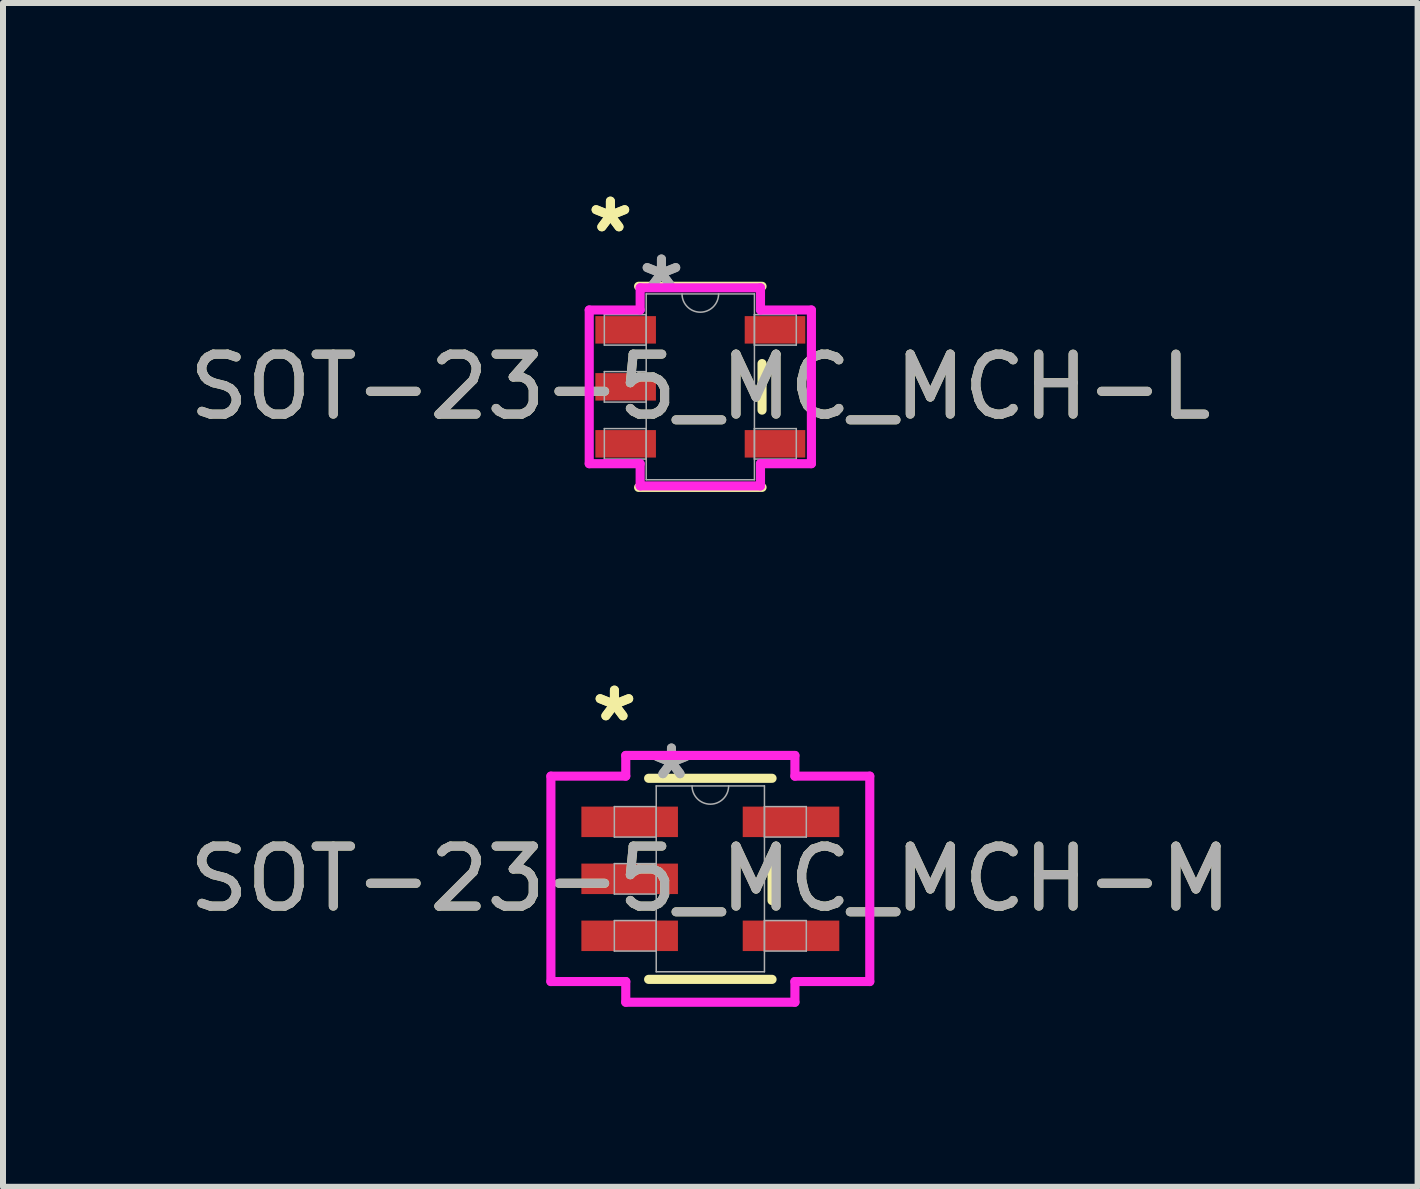
<source format=kicad_pcb>
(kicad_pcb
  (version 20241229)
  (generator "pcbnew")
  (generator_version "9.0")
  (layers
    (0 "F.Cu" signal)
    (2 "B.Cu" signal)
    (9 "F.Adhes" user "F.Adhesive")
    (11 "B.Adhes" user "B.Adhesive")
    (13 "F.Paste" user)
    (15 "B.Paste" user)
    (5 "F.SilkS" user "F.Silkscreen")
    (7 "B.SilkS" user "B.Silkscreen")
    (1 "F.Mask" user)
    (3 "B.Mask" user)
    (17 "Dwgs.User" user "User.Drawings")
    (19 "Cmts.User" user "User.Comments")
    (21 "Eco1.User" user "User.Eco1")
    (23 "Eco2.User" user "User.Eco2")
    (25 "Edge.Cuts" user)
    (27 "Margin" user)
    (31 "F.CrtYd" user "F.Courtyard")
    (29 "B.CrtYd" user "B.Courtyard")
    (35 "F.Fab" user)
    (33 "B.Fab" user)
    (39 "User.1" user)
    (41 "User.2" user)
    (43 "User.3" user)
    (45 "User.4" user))
  (footprint "SOT-23-5_MC_MCH-M"
    (layer "F.Cu")
    (at 8.792 11.601)
    (property "Reference" "SOT-23-5_MC_MCH-M" (at 0 0 0) (unlocked yes) (layer "F.SilkS") (effects (font (size 1 1) (thickness 0.15))))
    (attr smd)
    (fp_line (start -1.029 1.676) (end 1.029 1.676) (stroke (width 0.152) (type solid)) (layer "F.SilkS"))
    (fp_line (start 1.029 -1.676) (end -1.029 -1.676) (stroke (width 0.152) (type solid)) (layer "F.SilkS"))
    (fp_line (start 1.029 0.363) (end 1.029 -0.363) (stroke (width 0.152) (type solid)) (layer "F.SilkS"))
    (fp_line (start -2.658 -1.712) (end -1.41 -1.712) (stroke (width 0.152) (type solid)) (layer "F.CrtYd"))
    (fp_line (start -2.658 1.712) (end -2.658 -1.712) (stroke (width 0.152) (type solid)) (layer "F.CrtYd"))
    (fp_line (start -1.41 -2.057) (end 1.41 -2.057) (stroke (width 0.152) (type solid)) (layer "F.CrtYd"))
    (fp_line (start -1.41 -1.712) (end -1.41 -2.057) (stroke (width 0.152) (type solid)) (layer "F.CrtYd"))
    (fp_line (start -1.41 1.712) (end -2.658 1.712) (stroke (width 0.152) (type solid)) (layer "F.CrtYd"))
    (fp_line (start -1.41 2.057) (end -1.41 1.712) (stroke (width 0.152) (type solid)) (layer "F.CrtYd"))
    (fp_line (start 1.41 -2.057) (end 1.41 -1.712) (stroke (width 0.152) (type solid)) (layer "F.CrtYd"))
    (fp_line (start 1.41 -1.712) (end 2.658 -1.712) (stroke (width 0.152) (type solid)) (layer "F.CrtYd"))
    (fp_line (start 1.41 1.712) (end 1.41 2.057) (stroke (width 0.152) (type solid)) (layer "F.CrtYd"))
    (fp_line (start 1.41 2.057) (end -1.41 2.057) (stroke (width 0.152) (type solid)) (layer "F.CrtYd"))
    (fp_line (start 2.658 -1.712) (end 2.658 1.712) (stroke (width 0.152) (type solid)) (layer "F.CrtYd"))
    (fp_line (start 2.658 1.712) (end 1.41 1.712) (stroke (width 0.152) (type solid)) (layer "F.CrtYd"))
    (fp_line (start -1.6 -1.204) (end -1.6 -0.696) (stroke (width 0.025) (type solid)) (layer "F.Fab"))
    (fp_line (start -1.6 -0.696) (end -0.902 -0.696) (stroke (width 0.025) (type solid)) (layer "F.Fab"))
    (fp_line (start -1.6 -0.254) (end -1.6 0.254) (stroke (width 0.025) (type solid)) (layer "F.Fab"))
    (fp_line (start -1.6 0.254) (end -0.902 0.254) (stroke (width 0.025) (type solid)) (layer "F.Fab"))
    (fp_line (start -1.6 0.696) (end -1.6 1.204) (stroke (width 0.025) (type solid)) (layer "F.Fab"))
    (fp_line (start -1.6 1.204) (end -0.902 1.204) (stroke (width 0.025) (type solid)) (layer "F.Fab"))
    (fp_line (start -0.902 -1.549) (end -0.902 1.549) (stroke (width 0.025) (type solid)) (layer "F.Fab"))
    (fp_line (start -0.902 -1.204) (end -1.6 -1.204) (stroke (width 0.025) (type solid)) (layer "F.Fab"))
    (fp_line (start -0.902 -0.696) (end -0.902 -1.204) (stroke (width 0.025) (type solid)) (layer "F.Fab"))
    (fp_line (start -0.902 -0.254) (end -1.6 -0.254) (stroke (width 0.025) (type solid)) (layer "F.Fab"))
    (fp_line (start -0.902 0.254) (end -0.902 -0.254) (stroke (width 0.025) (type solid)) (layer "F.Fab"))
    (fp_line (start -0.902 0.696) (end -1.6 0.696) (stroke (width 0.025) (type solid)) (layer "F.Fab"))
    (fp_line (start -0.902 1.204) (end -0.902 0.696) (stroke (width 0.025) (type solid)) (layer "F.Fab"))
    (fp_line (start -0.902 1.549) (end 0.902 1.549) (stroke (width 0.025) (type solid)) (layer "F.Fab"))
    (fp_line (start 0.902 -1.549) (end -0.902 -1.549) (stroke (width 0.025) (type solid)) (layer "F.Fab"))
    (fp_line (start 0.902 -1.204) (end 0.902 -0.696) (stroke (width 0.025) (type solid)) (layer "F.Fab"))
    (fp_line (start 0.902 -0.696) (end 1.6 -0.696) (stroke (width 0.025) (type solid)) (layer "F.Fab"))
    (fp_line (start 0.902 0.696) (end 0.902 1.204) (stroke (width 0.025) (type solid)) (layer "F.Fab"))
    (fp_line (start 0.902 1.204) (end 1.6 1.204) (stroke (width 0.025) (type solid)) (layer "F.Fab"))
    (fp_line (start 0.902 1.549) (end 0.902 -1.549) (stroke (width 0.025) (type solid)) (layer "F.Fab"))
    (fp_line (start 1.6 -1.204) (end 0.902 -1.204) (stroke (width 0.025) (type solid)) (layer "F.Fab"))
    (fp_line (start 1.6 -0.696) (end 1.6 -1.204) (stroke (width 0.025) (type solid)) (layer "F.Fab"))
    (fp_line (start 1.6 0.696) (end 0.902 0.696) (stroke (width 0.025) (type solid)) (layer "F.Fab"))
    (fp_line (start 1.6 1.204) (end 1.6 0.696) (stroke (width 0.025) (type solid)) (layer "F.Fab"))
    (fp_arc (start 0.3048 -1.5494) (mid 0 -1.2446) (end -0.3048 -1.5494) (stroke (width 0.0254) (type solid)) (layer "F.Fab"))
    (fp_text user "*" (at -1.599 -2.601 0) (unlocked yes) (layer "F.SilkS") (effects (font (size 1 1) (thickness 0.15))))
    (fp_text user "*" (at -1.599 -2.601 0) (layer "F.SilkS") (effects (font (size 1 1) (thickness 0.15))))
    (fp_text user "*" (at -0.648 -1.636 0) (layer "F.Fab") (effects (font (size 1 1) (thickness 0.15))))
    (fp_text user "${REFERENCE}" (at 0 0 0) (unlocked yes) (layer "F.Fab") (effects (font (size 1 1) (thickness 0.15))))
    (fp_text user "*" (at -0.648 -1.636 0) (unlocked yes) (layer "F.Fab") (effects (font (size 1 1) (thickness 0.15))))
    (pad "1" smd rect (at -1.345 -0.95) (size 1.61 0.508) (layers "F.Cu" "F.Mask" "F.Paste"))
    (pad "2" smd rect (at -1.345 0) (size 1.61 0.508) (layers "F.Cu" "F.Mask" "F.Paste"))
    (pad "3" smd rect (at -1.345 0.95) (size 1.61 0.508) (layers "F.Cu" "F.Mask" "F.Paste"))
    (pad "4" smd rect (at 1.345 0.95) (size 1.61 0.508) (layers "F.Cu" "F.Mask" "F.Paste"))
    (pad "5" smd rect (at 1.345 -0.95) (size 1.61 0.508) (layers "F.Cu" "F.Mask" "F.Paste")))
  (footprint "SOT-23-5_MC_MCH-L"
    (layer "F.Cu")
    (at 8.625 3.399)
    (property "Reference" "SOT-23-5_MC_MCH-L" (at 0 0 0) (unlocked yes) (layer "F.SilkS") (effects (font (size 1 1) (thickness 0.15))))
    (attr smd)
    (fp_line (start -1.029 1.676) (end 1.029 1.676) (stroke (width 0.152) (type solid)) (layer "F.SilkS"))
    (fp_line (start 1.029 -1.676) (end -1.029 -1.676) (stroke (width 0.152) (type solid)) (layer "F.SilkS"))
    (fp_line (start 1.029 0.388) (end 1.029 -0.388) (stroke (width 0.152) (type solid)) (layer "F.SilkS"))
    (fp_line (start -1.852 -1.281) (end -1.003 -1.281) (stroke (width 0.152) (type solid)) (layer "F.CrtYd"))
    (fp_line (start -1.852 1.281) (end -1.852 -1.281) (stroke (width 0.152) (type solid)) (layer "F.CrtYd"))
    (fp_line (start -1.003 -1.651) (end 1.003 -1.651) (stroke (width 0.152) (type solid)) (layer "F.CrtYd"))
    (fp_line (start -1.003 -1.281) (end -1.003 -1.651) (stroke (width 0.152) (type solid)) (layer "F.CrtYd"))
    (fp_line (start -1.003 1.281) (end -1.852 1.281) (stroke (width 0.152) (type solid)) (layer "F.CrtYd"))
    (fp_line (start -1.003 1.651) (end -1.003 1.281) (stroke (width 0.152) (type solid)) (layer "F.CrtYd"))
    (fp_line (start 1.003 -1.651) (end 1.003 -1.281) (stroke (width 0.152) (type solid)) (layer "F.CrtYd"))
    (fp_line (start 1.003 -1.281) (end 1.852 -1.281) (stroke (width 0.152) (type solid)) (layer "F.CrtYd"))
    (fp_line (start 1.003 1.281) (end 1.003 1.651) (stroke (width 0.152) (type solid)) (layer "F.CrtYd"))
    (fp_line (start 1.003 1.651) (end -1.003 1.651) (stroke (width 0.152) (type solid)) (layer "F.CrtYd"))
    (fp_line (start 1.852 -1.281) (end 1.852 1.281) (stroke (width 0.152) (type solid)) (layer "F.CrtYd"))
    (fp_line (start 1.852 1.281) (end 1.003 1.281) (stroke (width 0.152) (type solid)) (layer "F.CrtYd"))
    (fp_line (start -1.6 -1.204) (end -1.6 -0.696) (stroke (width 0.025) (type solid)) (layer "F.Fab"))
    (fp_line (start -1.6 -0.696) (end -0.902 -0.696) (stroke (width 0.025) (type solid)) (layer "F.Fab"))
    (fp_line (start -1.6 -0.254) (end -1.6 0.254) (stroke (width 0.025) (type solid)) (layer "F.Fab"))
    (fp_line (start -1.6 0.254) (end -0.902 0.254) (stroke (width 0.025) (type solid)) (layer "F.Fab"))
    (fp_line (start -1.6 0.696) (end -1.6 1.204) (stroke (width 0.025) (type solid)) (layer "F.Fab"))
    (fp_line (start -1.6 1.204) (end -0.902 1.204) (stroke (width 0.025) (type solid)) (layer "F.Fab"))
    (fp_line (start -0.902 -1.549) (end -0.902 1.549) (stroke (width 0.025) (type solid)) (layer "F.Fab"))
    (fp_line (start -0.902 -1.204) (end -1.6 -1.204) (stroke (width 0.025) (type solid)) (layer "F.Fab"))
    (fp_line (start -0.902 -0.696) (end -0.902 -1.204) (stroke (width 0.025) (type solid)) (layer "F.Fab"))
    (fp_line (start -0.902 -0.254) (end -1.6 -0.254) (stroke (width 0.025) (type solid)) (layer "F.Fab"))
    (fp_line (start -0.902 0.254) (end -0.902 -0.254) (stroke (width 0.025) (type solid)) (layer "F.Fab"))
    (fp_line (start -0.902 0.696) (end -1.6 0.696) (stroke (width 0.025) (type solid)) (layer "F.Fab"))
    (fp_line (start -0.902 1.204) (end -0.902 0.696) (stroke (width 0.025) (type solid)) (layer "F.Fab"))
    (fp_line (start -0.902 1.549) (end 0.902 1.549) (stroke (width 0.025) (type solid)) (layer "F.Fab"))
    (fp_line (start 0.902 -1.549) (end -0.902 -1.549) (stroke (width 0.025) (type solid)) (layer "F.Fab"))
    (fp_line (start 0.902 -1.204) (end 0.902 -0.696) (stroke (width 0.025) (type solid)) (layer "F.Fab"))
    (fp_line (start 0.902 -0.696) (end 1.6 -0.696) (stroke (width 0.025) (type solid)) (layer "F.Fab"))
    (fp_line (start 0.902 0.696) (end 0.902 1.204) (stroke (width 0.025) (type solid)) (layer "F.Fab"))
    (fp_line (start 0.902 1.204) (end 1.6 1.204) (stroke (width 0.025) (type solid)) (layer "F.Fab"))
    (fp_line (start 0.902 1.549) (end 0.902 -1.549) (stroke (width 0.025) (type solid)) (layer "F.Fab"))
    (fp_line (start 1.6 -1.204) (end 0.902 -1.204) (stroke (width 0.025) (type solid)) (layer "F.Fab"))
    (fp_line (start 1.6 -0.696) (end 1.6 -1.204) (stroke (width 0.025) (type solid)) (layer "F.Fab"))
    (fp_line (start 1.6 0.696) (end 0.902 0.696) (stroke (width 0.025) (type solid)) (layer "F.Fab"))
    (fp_line (start 1.6 1.204) (end 1.6 0.696) (stroke (width 0.025) (type solid)) (layer "F.Fab"))
    (fp_arc (start 0.3048 -1.5494) (mid 0 -1.2446) (end -0.3048 -1.5494) (stroke (width 0.0254) (type solid)) (layer "F.Fab"))
    (fp_text user "*" (at -1.499 -2.551 0) (layer "F.SilkS") (effects (font (size 1 1) (thickness 0.15))))
    (fp_text user "*" (at -1.499 -2.551 0) (unlocked yes) (layer "F.SilkS") (effects (font (size 1 1) (thickness 0.15))))
    (fp_text user "*" (at -0.648 -1.586 0) (unlocked yes) (layer "F.Fab") (effects (font (size 1 1) (thickness 0.15))))
    (fp_text user "${REFERENCE}" (at 0 0 0) (unlocked yes) (layer "F.Fab") (effects (font (size 1 1) (thickness 0.15))))
    (fp_text user "*" (at -0.648 -1.586 0) (layer "F.Fab") (effects (font (size 1 1) (thickness 0.15))))
    (pad "1" smd rect (at -1.245 -0.95) (size 1.01 0.458) (layers "F.Cu" "F.Mask" "F.Paste"))
    (pad "2" smd rect (at -1.245 0) (size 1.01 0.458) (layers "F.Cu" "F.Mask" "F.Paste"))
    (pad "3" smd rect (at -1.245 0.95) (size 1.01 0.458) (layers "F.Cu" "F.Mask" "F.Paste"))
    (pad "4" smd rect (at 1.245 0.95) (size 1.01 0.458) (layers "F.Cu" "F.Mask" "F.Paste"))
    (pad "5" smd rect (at 1.245 -0.95) (size 1.01 0.458) (layers "F.Cu" "F.Mask" "F.Paste")))
  (gr_rect
    (start -3 -3)
    (end 20.583 16.735)
    (stroke (width 0.1) (type default))
    (fill no)
    (layer "Edge.Cuts")))
</source>
